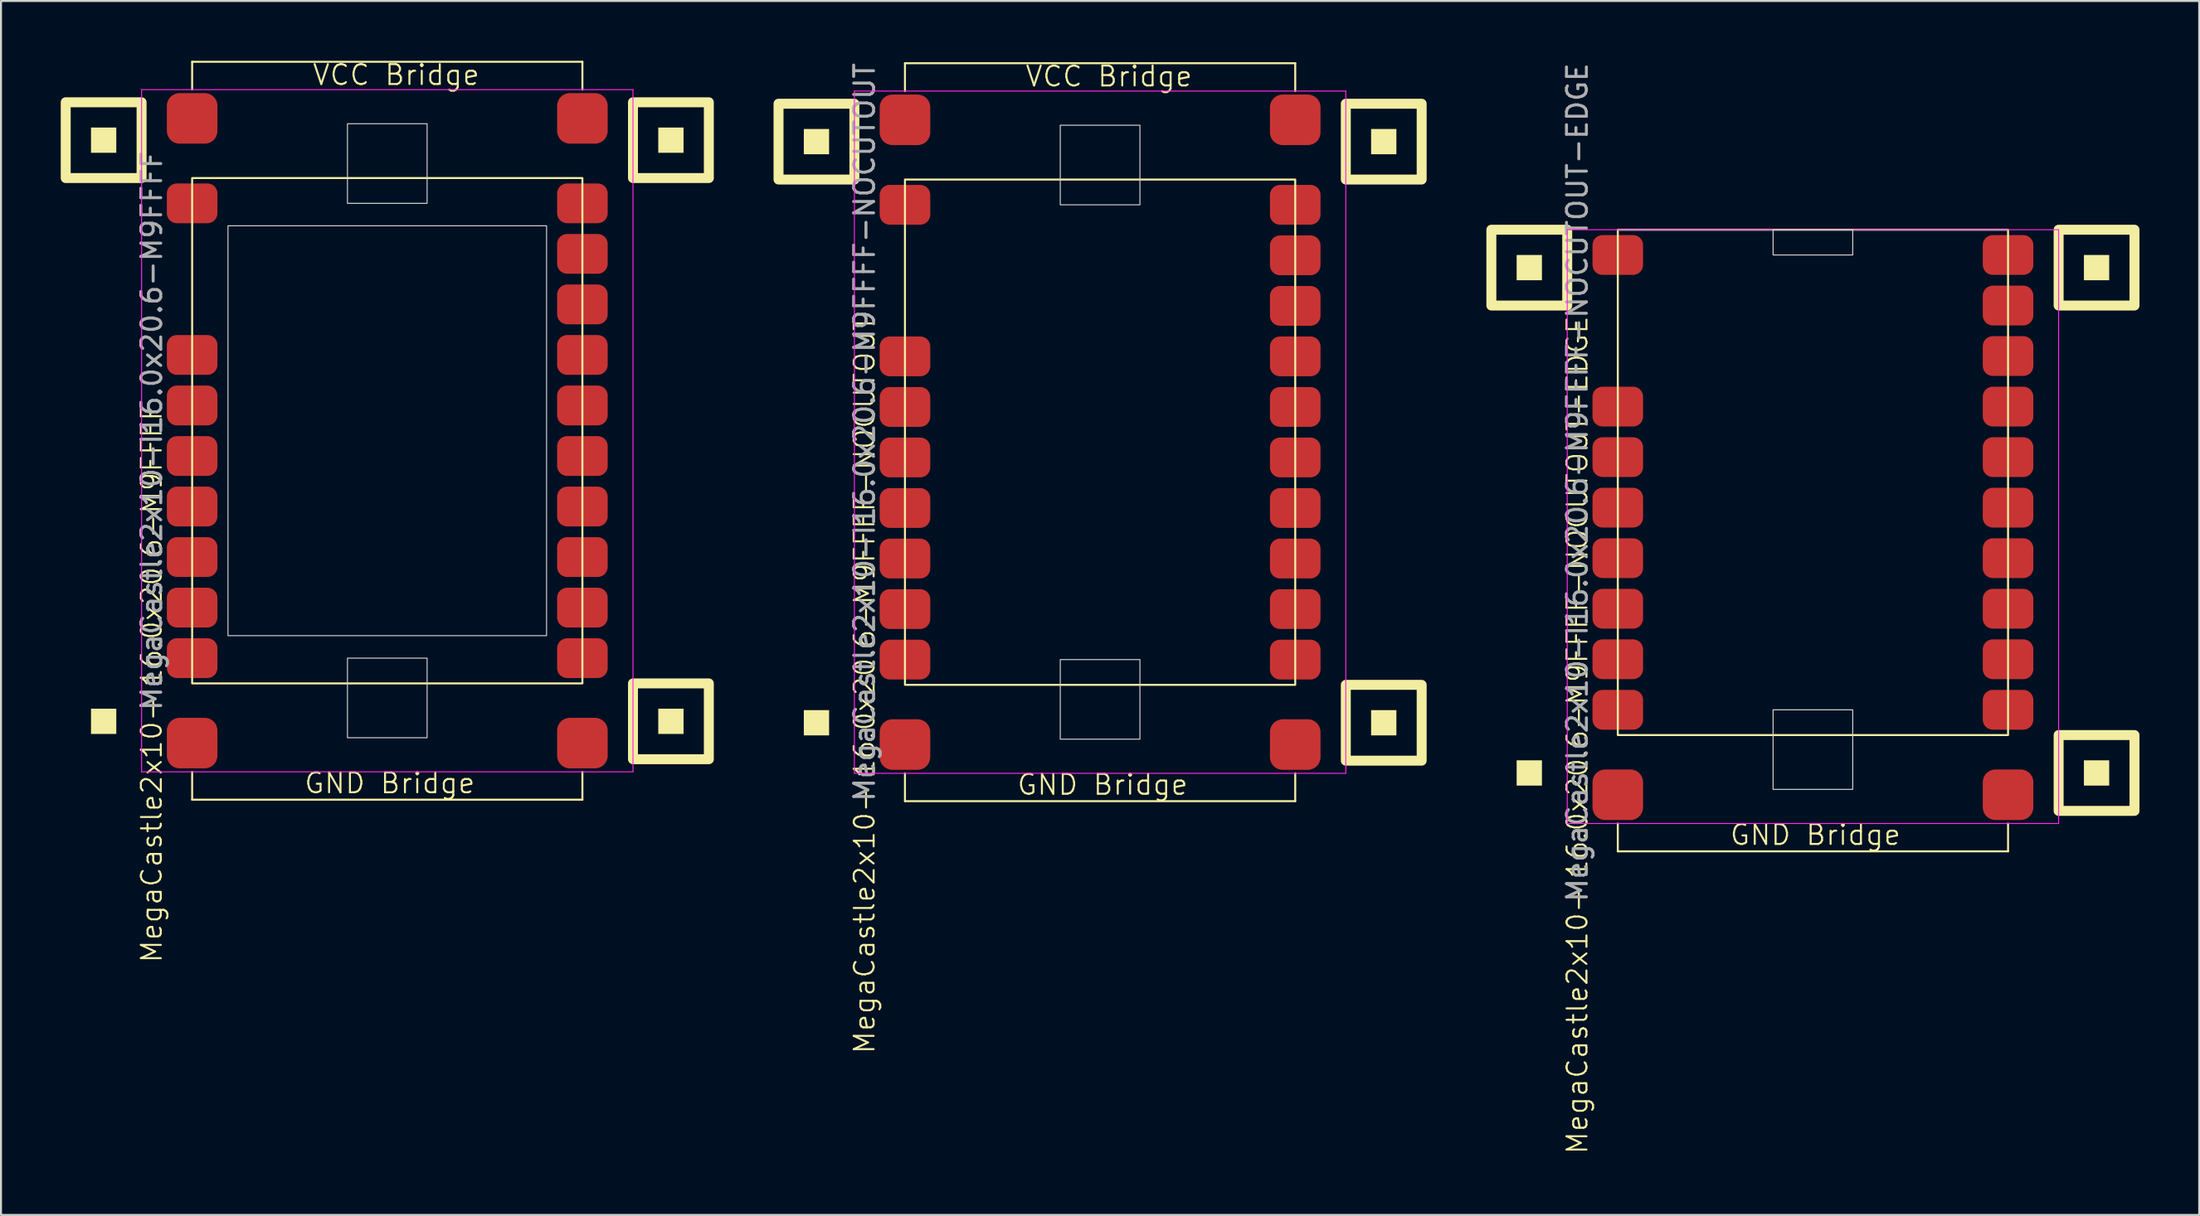
<source format=kicad_pcb>
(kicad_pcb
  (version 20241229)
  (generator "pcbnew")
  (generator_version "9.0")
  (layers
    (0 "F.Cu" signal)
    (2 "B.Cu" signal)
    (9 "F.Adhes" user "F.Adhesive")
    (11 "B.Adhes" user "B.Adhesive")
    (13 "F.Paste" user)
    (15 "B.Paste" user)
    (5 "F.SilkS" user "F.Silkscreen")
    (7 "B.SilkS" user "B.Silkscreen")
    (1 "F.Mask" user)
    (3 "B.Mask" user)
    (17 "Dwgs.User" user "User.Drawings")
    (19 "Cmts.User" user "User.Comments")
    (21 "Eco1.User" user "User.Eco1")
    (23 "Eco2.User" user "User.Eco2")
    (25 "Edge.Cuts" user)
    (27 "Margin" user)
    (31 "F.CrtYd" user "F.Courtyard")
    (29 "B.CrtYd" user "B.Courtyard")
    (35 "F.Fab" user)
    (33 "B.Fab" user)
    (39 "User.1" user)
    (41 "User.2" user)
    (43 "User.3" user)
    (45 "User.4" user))
  (footprint "MegaCastle2x10-I16.0x20.6-M9FFFF"
    (layer "F.Cu")
    (at 16.4 18.6)
    (property "Reference" "MegaCastle2x10-I16.0x20.6-M9FFFF" (at -11.832 12.7 90) (unlocked yes) (layer "F.SilkS") (effects (font (size 1 1) (thickness 0.1))))
    (attr smd)
    (fp_line (start -9.8 -18.545) (end 9.8 -18.545) (stroke (width 0.1) (type default)) (layer "F.SilkS"))
    (fp_line (start -9.8 -17.145) (end -9.8 -18.545) (stroke (width 0.1) (type default)) (layer "F.SilkS"))
    (fp_line (start -9.8 17.145) (end -9.8 18.545) (stroke (width 0.1) (type default)) (layer "F.SilkS"))
    (fp_line (start -9.8 18.545) (end 9.8 18.545) (stroke (width 0.1) (type default)) (layer "F.SilkS"))
    (fp_line (start 9.8 -17.145) (end 9.8 -18.545) (stroke (width 0.1) (type default)) (layer "F.SilkS"))
    (fp_line (start 9.8 17.145) (end 9.8 18.545) (stroke (width 0.1) (type default)) (layer "F.SilkS"))
    (fp_rect (start -13.61 -13.97) (end -14.88 -15.24) (stroke (width 0) (type solid)) (fill yes) (layer "F.SilkS"))
    (fp_rect (start -13.61 15.24) (end -14.88 13.97) (stroke (width 0) (type solid)) (fill yes) (layer "F.SilkS"))
    (fp_rect (start -12.34 -12.7) (end -16.15 -16.51) (stroke (width 0.5) (type default)) (fill no) (layer "F.SilkS"))
    (fp_rect (start -9.8 -12.7) (end 9.8 12.7) (stroke (width 0.1) (type default)) (fill no) (layer "F.SilkS"))
    (fp_rect (start 14.88 -13.97) (end 13.61 -15.24) (stroke (width 0) (type solid)) (fill yes) (layer "F.SilkS"))
    (fp_rect (start 14.88 15.24) (end 13.61 13.97) (stroke (width 0) (type solid)) (fill yes) (layer "F.SilkS"))
    (fp_rect (start 16.15 -12.7) (end 12.34 -16.51) (stroke (width 0.5) (type default)) (fill no) (layer "F.SilkS"))
    (fp_rect (start 16.15 16.51) (end 12.34 12.7) (stroke (width 0.5) (type default)) (fill no) (layer "F.SilkS"))
    (fp_rect (start -8 -10.3) (end 8 10.3) (stroke (width 0.05) (type default)) (fill no) (layer "Edge.Cuts"))
    (fp_rect (start -2 -11.43) (end 2 -15.43) (stroke (width 0.05) (type default)) (fill no) (layer "Edge.Cuts"))
    (fp_rect (start -2 11.43) (end 2 15.43) (stroke (width 0.05) (type default)) (fill no) (layer "Edge.Cuts"))
    (fp_line (start -12.34 -17.145) (end -12.34 17.145) (stroke (width 0.05) (type default)) (layer "F.CrtYd"))
    (fp_line (start -12.34 17.145) (end 12.34 17.145) (stroke (width 0.05) (type default)) (layer "F.CrtYd"))
    (fp_line (start 12.34 -17.145) (end -12.34 -17.145) (stroke (width 0.05) (type default)) (layer "F.CrtYd"))
    (fp_line (start 12.34 -17.145) (end 12.34 17.145) (stroke (width 0.05) (type default)) (layer "F.CrtYd"))
    (fp_text user "VCC Bridge" (at -3.81 -17.3 0) (unlocked yes) (layer "F.SilkS") (effects (font (size 1 1) (thickness 0.1)) (justify left bottom)))
    (fp_text user "GND Bridge" (at -4.226 18.3 0) (unlocked yes) (layer "F.SilkS") (effects (font (size 1 1) (thickness 0.1)) (justify left bottom)))
    (fp_text user "${REFERENCE}" (at -11.832 0 90) (unlocked yes) (layer "F.Fab") (effects (font (size 1 1) (thickness 0.15))))
    (pad "1" smd roundrect (at -9.8 -11.43) (size 2.54 2) (layers "F.Cu" "F.Mask" "F.Paste") (roundrect_rratio 0.25))
    (pad "4" smd roundrect (at -9.8 -3.81) (size 2.54 2) (layers "F.Cu" "F.Mask" "F.Paste") (roundrect_rratio 0.25))
    (pad "5" smd roundrect (at -9.8 -1.27) (size 2.54 2) (layers "F.Cu" "F.Mask" "F.Paste") (roundrect_rratio 0.25))
    (pad "6" smd roundrect (at -9.8 1.27) (size 2.54 2) (layers "F.Cu" "F.Mask" "F.Paste") (roundrect_rratio 0.25))
    (pad "7" smd roundrect (at -9.8 3.81) (size 2.54 2) (layers "F.Cu" "F.Mask" "F.Paste") (roundrect_rratio 0.25))
    (pad "8" smd roundrect (at -9.8 6.35) (size 2.54 2) (layers "F.Cu" "F.Mask" "F.Paste") (roundrect_rratio 0.25))
    (pad "9" smd roundrect (at -9.8 8.89) (size 2.54 2) (layers "F.Cu" "F.Mask" "F.Paste") (roundrect_rratio 0.25))
    (pad "10" smd roundrect (at -9.8 11.43) (size 2.54 2) (layers "F.Cu" "F.Mask" "F.Paste") (roundrect_rratio 0.25))
    (pad "11" smd roundrect (at 9.8 -11.43) (size 2.54 2) (layers "F.Cu" "F.Mask" "F.Paste") (roundrect_rratio 0.25))
    (pad "12" smd roundrect (at 9.8 -8.89) (size 2.54 2) (layers "F.Cu" "F.Mask" "F.Paste") (roundrect_rratio 0.25))
    (pad "13" smd roundrect (at 9.8 -6.35) (size 2.54 2) (layers "F.Cu" "F.Mask" "F.Paste") (roundrect_rratio 0.25))
    (pad "14" smd roundrect (at 9.8 -3.81) (size 2.54 2) (layers "F.Cu" "F.Mask" "F.Paste") (roundrect_rratio 0.25))
    (pad "15" smd roundrect (at 9.8 -1.27) (size 2.54 2) (layers "F.Cu" "F.Mask" "F.Paste") (roundrect_rratio 0.25))
    (pad "16" smd roundrect (at 9.8 1.27) (size 2.54 2) (layers "F.Cu" "F.Mask" "F.Paste") (roundrect_rratio 0.25))
    (pad "17" smd roundrect (at 9.8 3.81) (size 2.54 2) (layers "F.Cu" "F.Mask" "F.Paste") (roundrect_rratio 0.25))
    (pad "18" smd roundrect (at 9.8 6.35) (size 2.54 2) (layers "F.Cu" "F.Mask" "F.Paste") (roundrect_rratio 0.25))
    (pad "19" smd roundrect (at 9.8 8.89) (size 2.54 2) (layers "F.Cu" "F.Mask" "F.Paste") (roundrect_rratio 0.25))
    (pad "20" smd roundrect (at 9.8 11.43) (size 2.54 2) (layers "F.Cu" "F.Mask" "F.Paste") (roundrect_rratio 0.25))
    (pad "A1" smd roundrect (at -9.8 -15.7) (size 2.54 2.54) (layers "F.Cu" "F.Mask" "F.Paste") (roundrect_rratio 0.25))
    (pad "A2" smd roundrect (at 9.8 -15.7) (size 2.54 2.54) (layers "F.Cu" "F.Mask" "F.Paste") (roundrect_rratio 0.25))
    (pad "B1" smd roundrect (at -9.8 15.7) (size 2.54 2.54) (layers "F.Cu" "F.Mask" "F.Paste") (roundrect_rratio 0.25))
    (pad "B2" smd roundrect (at 9.8 15.7) (size 2.54 2.54) (layers "F.Cu" "F.Mask" "F.Paste") (roundrect_rratio 0.25)))
  (footprint "MegaCastle2x10-I16.0x20.6-M9FFFF-NOCUTOUT-EDGE"
    (layer "F.Cu")
    (at 88 21.196)
    (property "Reference" "MegaCastle2x10-I16.0x20.6-M9FFFF-NOCUTOUT-EDGE" (at -11.832 12.7 90) (unlocked yes) (layer "F.SilkS") (effects (font (size 1 1) (thickness 0.1))))
    (attr smd)
    (fp_line (start -9.8 17.145) (end -9.8 18.545) (stroke (width 0.1) (type default)) (layer "F.SilkS"))
    (fp_line (start -9.8 18.545) (end 9.8 18.545) (stroke (width 0.1) (type default)) (layer "F.SilkS"))
    (fp_line (start 9.8 17.145) (end 9.8 18.545) (stroke (width 0.1) (type default)) (layer "F.SilkS"))
    (fp_rect (start -13.61 -10.16) (end -14.88 -11.43) (stroke (width 0) (type solid)) (fill yes) (layer "F.SilkS"))
    (fp_rect (start -13.61 15.24) (end -14.88 13.97) (stroke (width 0) (type solid)) (fill yes) (layer "F.SilkS"))
    (fp_rect (start -12.34 -8.89) (end -16.15 -12.7) (stroke (width 0.5) (type default)) (fill no) (layer "F.SilkS"))
    (fp_rect (start -9.8 -12.7) (end 9.8 12.7) (stroke (width 0.1) (type default)) (fill no) (layer "F.SilkS"))
    (fp_rect (start 14.88 -10.16) (end 13.61 -11.43) (stroke (width 0) (type solid)) (fill yes) (layer "F.SilkS"))
    (fp_rect (start 14.88 15.24) (end 13.61 13.97) (stroke (width 0) (type solid)) (fill yes) (layer "F.SilkS"))
    (fp_rect (start 16.15 -8.89) (end 12.34 -12.7) (stroke (width 0.5) (type default)) (fill no) (layer "F.SilkS"))
    (fp_rect (start 16.15 16.51) (end 12.34 12.7) (stroke (width 0.5) (type default)) (fill no) (layer "F.SilkS"))
    (fp_rect (start -2 -11.43) (end 2 -12.7) (stroke (width 0.05) (type default)) (fill no) (layer "Edge.Cuts"))
    (fp_rect (start -2 11.43) (end 2 15.43) (stroke (width 0.05) (type default)) (fill no) (layer "Edge.Cuts"))
    (fp_line (start -12.34 -12.7) (end -12.34 17.145) (stroke (width 0.05) (type default)) (layer "F.CrtYd"))
    (fp_line (start -12.34 17.145) (end 12.34 17.145) (stroke (width 0.05) (type default)) (layer "F.CrtYd"))
    (fp_line (start 12.34 -12.7) (end -12.34 -12.7) (stroke (width 0.05) (type default)) (layer "F.CrtYd"))
    (fp_line (start 12.34 -12.7) (end 12.34 17.145) (stroke (width 0.05) (type default)) (layer "F.CrtYd"))
    (fp_text user "GND Bridge" (at -4.226 18.3 0) (unlocked yes) (layer "F.SilkS") (effects (font (size 1 1) (thickness 0.1)) (justify left bottom)))
    (fp_text user "${REFERENCE}" (at -11.832 0 90) (unlocked yes) (layer "F.Fab") (effects (font (size 1 1) (thickness 0.15))))
    (pad "1" smd roundrect (at -9.8 -11.43) (size 2.54 2) (layers "F.Cu" "F.Mask" "F.Paste") (roundrect_rratio 0.25))
    (pad "4" smd roundrect (at -9.8 -3.81) (size 2.54 2) (layers "F.Cu" "F.Mask" "F.Paste") (roundrect_rratio 0.25))
    (pad "5" smd roundrect (at -9.8 -1.27) (size 2.54 2) (layers "F.Cu" "F.Mask" "F.Paste") (roundrect_rratio 0.25))
    (pad "6" smd roundrect (at -9.8 1.27) (size 2.54 2) (layers "F.Cu" "F.Mask" "F.Paste") (roundrect_rratio 0.25))
    (pad "7" smd roundrect (at -9.8 3.81) (size 2.54 2) (layers "F.Cu" "F.Mask" "F.Paste") (roundrect_rratio 0.25))
    (pad "8" smd roundrect (at -9.8 6.35) (size 2.54 2) (layers "F.Cu" "F.Mask" "F.Paste") (roundrect_rratio 0.25))
    (pad "9" smd roundrect (at -9.8 8.89) (size 2.54 2) (layers "F.Cu" "F.Mask" "F.Paste") (roundrect_rratio 0.25))
    (pad "10" smd roundrect (at -9.8 11.43) (size 2.54 2) (layers "F.Cu" "F.Mask" "F.Paste") (roundrect_rratio 0.25))
    (pad "11" smd roundrect (at 9.8 -11.43) (size 2.54 2) (layers "F.Cu" "F.Mask" "F.Paste") (roundrect_rratio 0.25))
    (pad "12" smd roundrect (at 9.8 -8.89) (size 2.54 2) (layers "F.Cu" "F.Mask" "F.Paste") (roundrect_rratio 0.25))
    (pad "13" smd roundrect (at 9.8 -6.35) (size 2.54 2) (layers "F.Cu" "F.Mask" "F.Paste") (roundrect_rratio 0.25))
    (pad "14" smd roundrect (at 9.8 -3.81) (size 2.54 2) (layers "F.Cu" "F.Mask" "F.Paste") (roundrect_rratio 0.25))
    (pad "15" smd roundrect (at 9.8 -1.27) (size 2.54 2) (layers "F.Cu" "F.Mask" "F.Paste") (roundrect_rratio 0.25))
    (pad "16" smd roundrect (at 9.8 1.27) (size 2.54 2) (layers "F.Cu" "F.Mask" "F.Paste") (roundrect_rratio 0.25))
    (pad "17" smd roundrect (at 9.8 3.81) (size 2.54 2) (layers "F.Cu" "F.Mask" "F.Paste") (roundrect_rratio 0.25))
    (pad "18" smd roundrect (at 9.8 6.35) (size 2.54 2) (layers "F.Cu" "F.Mask" "F.Paste") (roundrect_rratio 0.25))
    (pad "19" smd roundrect (at 9.8 8.89) (size 2.54 2) (layers "F.Cu" "F.Mask" "F.Paste") (roundrect_rratio 0.25))
    (pad "20" smd roundrect (at 9.8 11.43) (size 2.54 2) (layers "F.Cu" "F.Mask" "F.Paste") (roundrect_rratio 0.25))
    (pad "B1" smd roundrect (at -9.8 15.7) (size 2.54 2.54) (layers "F.Cu" "F.Mask" "F.Paste") (roundrect_rratio 0.25))
    (pad "B2" smd roundrect (at 9.8 15.7) (size 2.54 2.54) (layers "F.Cu" "F.Mask" "F.Paste") (roundrect_rratio 0.25)))
  (footprint "MegaCastle2x10-I16.0x20.6-M9FFFF-NOCUTOUT"
    (layer "F.Cu")
    (at 52.2 18.673)
    (property "Reference" "MegaCastle2x10-I16.0x20.6-M9FFFF-NOCUTOUT" (at -11.832 12.7 90) (unlocked yes) (layer "F.SilkS") (effects (font (size 1 1) (thickness 0.1))))
    (attr smd)
    (fp_line (start -9.8 -18.545) (end 9.8 -18.545) (stroke (width 0.1) (type default)) (layer "F.SilkS"))
    (fp_line (start -9.8 -17.145) (end -9.8 -18.545) (stroke (width 0.1) (type default)) (layer "F.SilkS"))
    (fp_line (start -9.8 17.145) (end -9.8 18.545) (stroke (width 0.1) (type default)) (layer "F.SilkS"))
    (fp_line (start -9.8 18.545) (end 9.8 18.545) (stroke (width 0.1) (type default)) (layer "F.SilkS"))
    (fp_line (start 9.8 -17.145) (end 9.8 -18.545) (stroke (width 0.1) (type default)) (layer "F.SilkS"))
    (fp_line (start 9.8 17.145) (end 9.8 18.545) (stroke (width 0.1) (type default)) (layer "F.SilkS"))
    (fp_rect (start -13.61 -13.97) (end -14.88 -15.24) (stroke (width 0) (type solid)) (fill yes) (layer "F.SilkS"))
    (fp_rect (start -13.61 15.24) (end -14.88 13.97) (stroke (width 0) (type solid)) (fill yes) (layer "F.SilkS"))
    (fp_rect (start -12.34 -12.7) (end -16.15 -16.51) (stroke (width 0.5) (type default)) (fill no) (layer "F.SilkS"))
    (fp_rect (start -9.8 -12.7) (end 9.8 12.7) (stroke (width 0.1) (type default)) (fill no) (layer "F.SilkS"))
    (fp_rect (start 14.88 -13.97) (end 13.61 -15.24) (stroke (width 0) (type solid)) (fill yes) (layer "F.SilkS"))
    (fp_rect (start 14.88 15.24) (end 13.61 13.97) (stroke (width 0) (type solid)) (fill yes) (layer "F.SilkS"))
    (fp_rect (start 16.15 -12.7) (end 12.34 -16.51) (stroke (width 0.5) (type default)) (fill no) (layer "F.SilkS"))
    (fp_rect (start 16.15 16.51) (end 12.34 12.7) (stroke (width 0.5) (type default)) (fill no) (layer "F.SilkS"))
    (fp_rect (start -2 -11.43) (end 2 -15.43) (stroke (width 0.05) (type default)) (fill no) (layer "Edge.Cuts"))
    (fp_rect (start -2 11.43) (end 2 15.43) (stroke (width 0.05) (type default)) (fill no) (layer "Edge.Cuts"))
    (fp_line (start -12.34 -17.145) (end -12.34 17.145) (stroke (width 0.05) (type default)) (layer "F.CrtYd"))
    (fp_line (start -12.34 17.145) (end 12.34 17.145) (stroke (width 0.05) (type default)) (layer "F.CrtYd"))
    (fp_line (start 12.34 -17.145) (end -12.34 -17.145) (stroke (width 0.05) (type default)) (layer "F.CrtYd"))
    (fp_line (start 12.34 -17.145) (end 12.34 17.145) (stroke (width 0.05) (type default)) (layer "F.CrtYd"))
    (fp_text user "VCC Bridge" (at -3.81 -17.3 0) (unlocked yes) (layer "F.SilkS") (effects (font (size 1 1) (thickness 0.1)) (justify left bottom)))
    (fp_text user "GND Bridge" (at -4.226 18.3 0) (unlocked yes) (layer "F.SilkS") (effects (font (size 1 1) (thickness 0.1)) (justify left bottom)))
    (fp_text user "${REFERENCE}" (at -11.832 0 90) (unlocked yes) (layer "F.Fab") (effects (font (size 1 1) (thickness 0.15))))
    (pad "1" smd roundrect (at -9.8 -11.43) (size 2.54 2) (layers "F.Cu" "F.Mask" "F.Paste") (roundrect_rratio 0.25))
    (pad "4" smd roundrect (at -9.8 -3.81) (size 2.54 2) (layers "F.Cu" "F.Mask" "F.Paste") (roundrect_rratio 0.25))
    (pad "5" smd roundrect (at -9.8 -1.27) (size 2.54 2) (layers "F.Cu" "F.Mask" "F.Paste") (roundrect_rratio 0.25))
    (pad "6" smd roundrect (at -9.8 1.27) (size 2.54 2) (layers "F.Cu" "F.Mask" "F.Paste") (roundrect_rratio 0.25))
    (pad "7" smd roundrect (at -9.8 3.81) (size 2.54 2) (layers "F.Cu" "F.Mask" "F.Paste") (roundrect_rratio 0.25))
    (pad "8" smd roundrect (at -9.8 6.35) (size 2.54 2) (layers "F.Cu" "F.Mask" "F.Paste") (roundrect_rratio 0.25))
    (pad "9" smd roundrect (at -9.8 8.89) (size 2.54 2) (layers "F.Cu" "F.Mask" "F.Paste") (roundrect_rratio 0.25))
    (pad "10" smd roundrect (at -9.8 11.43) (size 2.54 2) (layers "F.Cu" "F.Mask" "F.Paste") (roundrect_rratio 0.25))
    (pad "11" smd roundrect (at 9.8 -11.43) (size 2.54 2) (layers "F.Cu" "F.Mask" "F.Paste") (roundrect_rratio 0.25))
    (pad "12" smd roundrect (at 9.8 -8.89) (size 2.54 2) (layers "F.Cu" "F.Mask" "F.Paste") (roundrect_rratio 0.25))
    (pad "13" smd roundrect (at 9.8 -6.35) (size 2.54 2) (layers "F.Cu" "F.Mask" "F.Paste") (roundrect_rratio 0.25))
    (pad "14" smd roundrect (at 9.8 -3.81) (size 2.54 2) (layers "F.Cu" "F.Mask" "F.Paste") (roundrect_rratio 0.25))
    (pad "15" smd roundrect (at 9.8 -1.27) (size 2.54 2) (layers "F.Cu" "F.Mask" "F.Paste") (roundrect_rratio 0.25))
    (pad "16" smd roundrect (at 9.8 1.27) (size 2.54 2) (layers "F.Cu" "F.Mask" "F.Paste") (roundrect_rratio 0.25))
    (pad "17" smd roundrect (at 9.8 3.81) (size 2.54 2) (layers "F.Cu" "F.Mask" "F.Paste") (roundrect_rratio 0.25))
    (pad "18" smd roundrect (at 9.8 6.35) (size 2.54 2) (layers "F.Cu" "F.Mask" "F.Paste") (roundrect_rratio 0.25))
    (pad "19" smd roundrect (at 9.8 8.89) (size 2.54 2) (layers "F.Cu" "F.Mask" "F.Paste") (roundrect_rratio 0.25))
    (pad "20" smd roundrect (at 9.8 11.43) (size 2.54 2) (layers "F.Cu" "F.Mask" "F.Paste") (roundrect_rratio 0.25))
    (pad "A1" smd roundrect (at -9.8 -15.7) (size 2.54 2.54) (layers "F.Cu" "F.Mask" "F.Paste") (roundrect_rratio 0.25))
    (pad "A2" smd roundrect (at 9.8 -15.7) (size 2.54 2.54) (layers "F.Cu" "F.Mask" "F.Paste") (roundrect_rratio 0.25))
    (pad "B1" smd roundrect (at -9.8 15.7) (size 2.54 2.54) (layers "F.Cu" "F.Mask" "F.Paste") (roundrect_rratio 0.25))
    (pad "B2" smd roundrect (at 9.8 15.7) (size 2.54 2.54) (layers "F.Cu" "F.Mask" "F.Paste") (roundrect_rratio 0.25)))
  (gr_rect
    (start -3 -3)
    (end 107.4 58.018)
    (stroke (width 0.1) (type default))
    (fill no)
    (layer "Edge.Cuts")))
</source>
